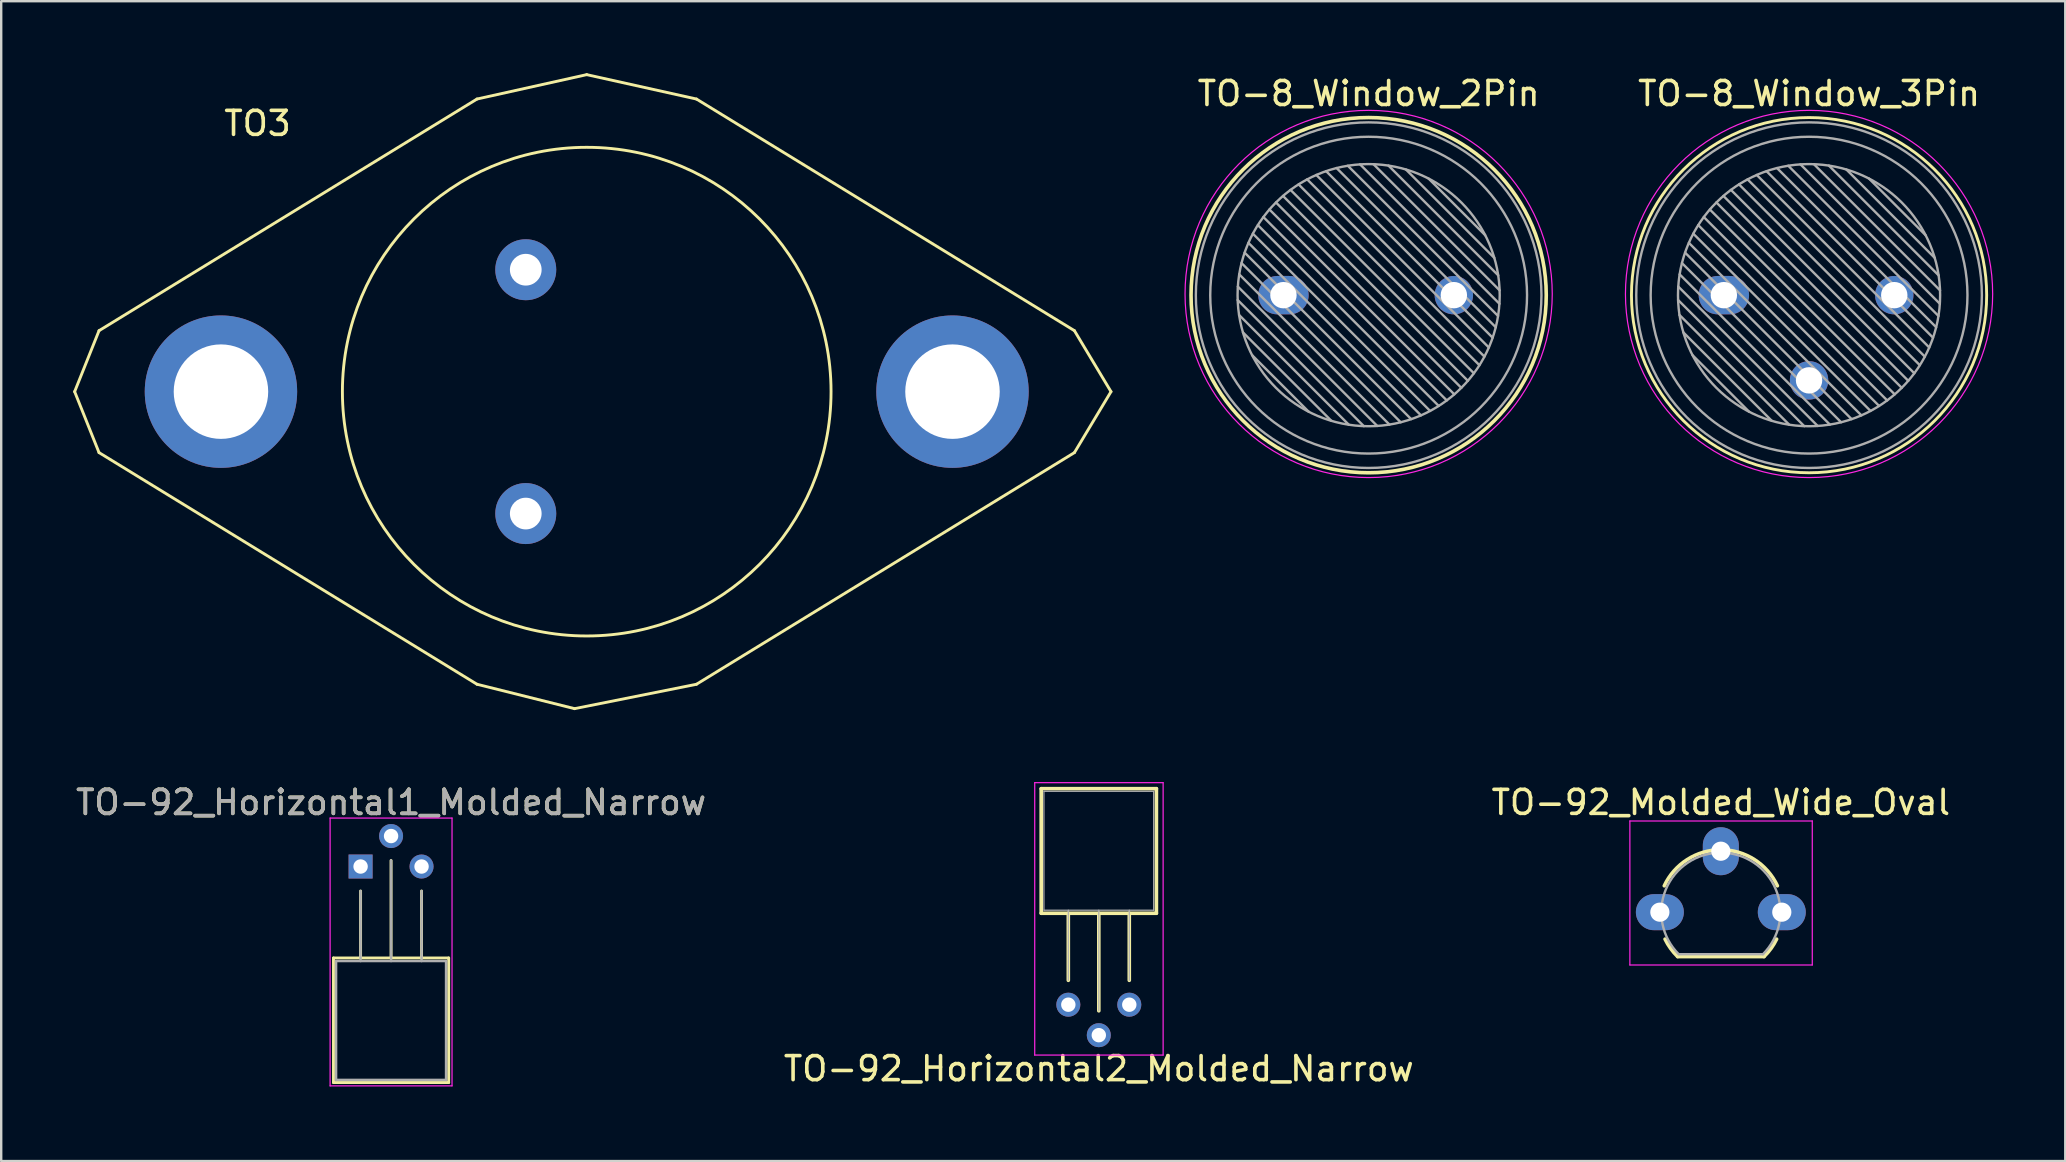
<source format=kicad_pcb>
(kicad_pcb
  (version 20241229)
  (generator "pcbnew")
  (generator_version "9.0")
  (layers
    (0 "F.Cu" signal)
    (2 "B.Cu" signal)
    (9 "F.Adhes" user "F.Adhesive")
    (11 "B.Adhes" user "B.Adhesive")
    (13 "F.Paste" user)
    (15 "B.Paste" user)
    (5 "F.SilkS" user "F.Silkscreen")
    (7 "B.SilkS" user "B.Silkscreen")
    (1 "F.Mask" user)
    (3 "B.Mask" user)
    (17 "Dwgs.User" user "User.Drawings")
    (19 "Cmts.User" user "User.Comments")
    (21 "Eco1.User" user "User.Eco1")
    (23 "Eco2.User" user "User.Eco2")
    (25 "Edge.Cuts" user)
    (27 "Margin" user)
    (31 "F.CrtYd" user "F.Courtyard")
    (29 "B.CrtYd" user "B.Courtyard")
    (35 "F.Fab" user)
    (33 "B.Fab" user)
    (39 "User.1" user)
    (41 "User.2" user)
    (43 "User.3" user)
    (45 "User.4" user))
  (footprint "TO-92_Horizontal1_Molded_Narrow"
    (layer "F.Cu")
    (at 11.974 33.054)
    (property "Reference" "TO-92_Horizontal1_Molded_Narrow" (at 1.27 -2.67 0) (layer "F.SilkS") (effects (font (size 1 1) (thickness 0.15))))
    (attr through_hole)
    (fp_line (start -1.13 3.81) (end 3.67 3.81) (stroke (width 0.12) (type solid)) (layer "F.SilkS"))
    (fp_line (start -1.13 9) (end -1.13 3.81) (stroke (width 0.12) (type solid)) (layer "F.SilkS"))
    (fp_line (start 0 1.02) (end 0 3.81) (stroke (width 0.12) (type solid)) (layer "F.SilkS"))
    (fp_line (start 1.27 -0.25) (end 1.27 3.81) (stroke (width 0.12) (type solid)) (layer "F.SilkS"))
    (fp_line (start 2.54 1.02) (end 2.54 3.81) (stroke (width 0.12) (type solid)) (layer "F.SilkS"))
    (fp_line (start 3.67 3.81) (end 3.67 9) (stroke (width 0.12) (type solid)) (layer "F.SilkS"))
    (fp_line (start 3.67 9) (end -1.13 9) (stroke (width 0.12) (type solid)) (layer "F.SilkS"))
    (fp_line (start -1.27 -2.02) (end -1.27 9.14) (stroke (width 0.05) (type solid)) (layer "F.CrtYd"))
    (fp_line (start -1.27 -2.02) (end 3.81 -2.02) (stroke (width 0.05) (type solid)) (layer "F.CrtYd"))
    (fp_line (start 3.81 9.14) (end -1.27 9.14) (stroke (width 0.05) (type solid)) (layer "F.CrtYd"))
    (fp_line (start 3.81 9.14) (end 3.81 -2.02) (stroke (width 0.05) (type solid)) (layer "F.CrtYd"))
    (fp_line (start -1.02 3.94) (end 3.56 3.94) (stroke (width 0.1) (type solid)) (layer "F.Fab"))
    (fp_line (start -1.02 8.89) (end -1.02 3.94) (stroke (width 0.1) (type solid)) (layer "F.Fab"))
    (fp_line (start 0 3.94) (end 0 1.02) (stroke (width 0.1) (type solid)) (layer "F.Fab"))
    (fp_line (start 1.27 3.94) (end 1.27 -0.25) (stroke (width 0.1) (type solid)) (layer "F.Fab"))
    (fp_line (start 2.54 3.94) (end 2.54 1.02) (stroke (width 0.1) (type solid)) (layer "F.Fab"))
    (fp_line (start 3.56 3.94) (end 3.56 8.89) (stroke (width 0.1) (type solid)) (layer "F.Fab"))
    (fp_line (start 3.56 8.89) (end -1.02 8.89) (stroke (width 0.1) (type solid)) (layer "F.Fab"))
    (fp_text user "${REFERENCE}" (at 1.27 -2.67 0) (layer "F.Fab") (effects (font (size 1 1) (thickness 0.15))))
    (pad "1" thru_hole rect (at 0 0 90) (size 1 1) (drill 0.6) (layers "*.Cu" "*.Mask"))
    (pad "2" thru_hole circle (at 1.27 -1.27 90) (size 1 1) (drill 0.6) (layers "*.Cu" "*.Mask"))
    (pad "3" thru_hole circle (at 2.54 0 90) (size 1 1) (drill 0.6) (layers "*.Cu" "*.Mask")))
  (footprint "TO-92_Molded_Wide_Oval"
    (layer "F.Cu")
    (at 66.109 34.956)
    (property "Reference" "TO-92_Molded_Wide_Oval" (at 2.54 -4.572 0) (layer "F.SilkS") (effects (font (size 1 1) (thickness 0.15))))
    (attr through_hole)
    (fp_line (start 0.74 1.85) (end 4.34 1.85) (stroke (width 0.15) (type solid)) (layer "F.SilkS"))
    (fp_arc (start 0.1836 -1.098807) (mid 1.143021 -2.192817) (end 2.54 -2.6) (stroke (width 0.15) (type solid)) (layer "F.SilkS"))
    (fp_arc (start 0.74 1.85) (mid 0.446097 1.509328) (end 0.215816 1.122795) (stroke (width 0.15) (type solid)) (layer "F.SilkS"))
    (fp_arc (start 2.54 -2.6) (mid 3.936979 -2.192818) (end 4.8964 -1.098807) (stroke (width 0.15) (type solid)) (layer "F.SilkS"))
    (fp_arc (start 4.864184 1.122795) (mid 4.633903 1.509328) (end 4.34 1.85) (stroke (width 0.15) (type solid)) (layer "F.SilkS"))
    (fp_line (start -1.25 -3.8) (end 6.35 -3.8) (stroke (width 0.05) (type solid)) (layer "F.CrtYd"))
    (fp_line (start -1.25 2.2) (end -1.25 -3.8) (stroke (width 0.05) (type solid)) (layer "F.CrtYd"))
    (fp_line (start -1.25 2.2) (end 6.35 2.2) (stroke (width 0.05) (type solid)) (layer "F.CrtYd"))
    (fp_line (start 6.35 2.2) (end 6.35 -3.8) (stroke (width 0.05) (type solid)) (layer "F.CrtYd"))
    (fp_line (start 0.8 1.75) (end 4.3 1.75) (stroke (width 0.1) (type solid)) (layer "F.Fab"))
    (fp_arc (start 0.786375 1.753625) (mid 0.248779 -0.949055) (end 2.54 -2.48) (stroke (width 0.1) (type solid)) (layer "F.Fab"))
    (fp_arc (start 2.54 -2.48) (mid 4.831221 -0.949055) (end 4.293625 1.753625) (stroke (width 0.1) (type solid)) (layer "F.Fab"))
    (pad "1" thru_hole oval (at 0 0 90) (size 1.501 1.999) (drill 0.8) (layers "*.Cu" "*.Mask"))
    (pad "2" thru_hole oval (at 2.54 -2.54 90) (size 1.999 1.501) (drill 0.8) (layers "*.Cu" "*.Mask"))
    (pad "3" thru_hole oval (at 5.08 0 90) (size 1.501 1.999) (drill 0.8) (layers "*.Cu" "*.Mask")))
  (footprint "TO-92_Horizontal2_Molded_Narrow"
    (layer "F.Cu")
    (at 41.462 38.811)
    (property "Reference" "TO-92_Horizontal2_Molded_Narrow" (at 1.27 2.667 180) (layer "F.SilkS") (effects (font (size 1 1) (thickness 0.15))))
    (attr through_hole)
    (fp_line (start -1.13 -9) (end -1.13 -3.81) (stroke (width 0.15) (type solid)) (layer "F.SilkS"))
    (fp_line (start -1.13 -3.81) (end 3.67 -3.81) (stroke (width 0.15) (type solid)) (layer "F.SilkS"))
    (fp_line (start 0 -1.016) (end 0 -3.81) (stroke (width 0.15) (type solid)) (layer "F.SilkS"))
    (fp_line (start 1.27 0.254) (end 1.27 -3.81) (stroke (width 0.15) (type solid)) (layer "F.SilkS"))
    (fp_line (start 2.54 -1.016) (end 2.54 -3.81) (stroke (width 0.15) (type solid)) (layer "F.SilkS"))
    (fp_line (start 3.67 -9) (end -1.13 -9) (stroke (width 0.15) (type solid)) (layer "F.SilkS"))
    (fp_line (start 3.67 -3.81) (end 3.67 -9) (stroke (width 0.15) (type solid)) (layer "F.SilkS"))
    (fp_line (start -1.4 -9.25) (end -1.4 2.1) (stroke (width 0.05) (type solid)) (layer "F.CrtYd"))
    (fp_line (start -1.4 -9.25) (end 3.95 -9.25) (stroke (width 0.05) (type solid)) (layer "F.CrtYd"))
    (fp_line (start -1.4 2.1) (end 3.95 2.1) (stroke (width 0.05) (type solid)) (layer "F.CrtYd"))
    (fp_line (start 3.95 -9.25) (end 3.95 2.1) (stroke (width 0.05) (type solid)) (layer "F.CrtYd"))
    (fp_line (start -1.016 -8.89) (end -1.016 -3.937) (stroke (width 0.05) (type solid)) (layer "F.Fab"))
    (fp_line (start -1.016 -3.937) (end 3.556 -3.937) (stroke (width 0.05) (type solid)) (layer "F.Fab"))
    (fp_line (start 0 -3.937) (end 0 -1.016) (stroke (width 0.05) (type solid)) (layer "F.Fab"))
    (fp_line (start 1.27 -3.937) (end 1.27 0.254) (stroke (width 0.05) (type solid)) (layer "F.Fab"))
    (fp_line (start 2.54 -3.937) (end 2.54 -1.016) (stroke (width 0.05) (type solid)) (layer "F.Fab"))
    (fp_line (start 3.556 -8.89) (end -1.016 -8.89) (stroke (width 0.05) (type solid)) (layer "F.Fab"))
    (fp_line (start 3.556 -3.937) (end 3.556 -8.89) (stroke (width 0.05) (type solid)) (layer "F.Fab"))
    (pad "1" thru_hole circle (at 0 0 270) (size 1.001 1.001) (drill 0.6) (layers "*.Cu" "*.Mask"))
    (pad "2" thru_hole circle (at 1.27 1.27 270) (size 1.001 1.001) (drill 0.6) (layers "*.Cu" "*.Mask"))
    (pad "3" thru_hole circle (at 2.54 0 270) (size 1.001 1.001) (drill 0.6) (layers "*.Cu" "*.Mask")))
  (footprint "TO-8_Window_3Pin"
    (layer "F.Cu")
    (at 68.775 9.248)
    (property "Reference" "TO-8_Window_3Pin" (at 3.55 -8.4 0) (layer "F.SilkS") (effects (font (size 1 1) (thickness 0.15))))
    (attr through_hole)
    (fp_circle (center 3.55 0) (end 10.95 0) (stroke (width 0.12) (type solid)) (fill no) (layer "F.SilkS"))
    (fp_circle (center 3.55 -0.05) (end 11.2 -0.05) (stroke (width 0.05) (type solid)) (fill no) (layer "F.CrtYd"))
    (fp_line (start -1.908 0.2) (end 3.35 5.458) (stroke (width 0.1) (type solid)) (layer "F.Fab"))
    (fp_line (start -1.9 -0.359) (end 3.909 5.45) (stroke (width 0.1) (type solid)) (layer "F.Fab"))
    (fp_line (start -1.849 0.825) (end 2.725 5.399) (stroke (width 0.1) (type solid)) (layer "F.Fab"))
    (fp_line (start -1.842 -0.867) (end 4.417 5.392) (stroke (width 0.1) (type solid)) (layer "F.Fab"))
    (fp_line (start -1.746 -1.336) (end 4.886 5.296) (stroke (width 0.1) (type solid)) (layer "F.Fab"))
    (fp_line (start -1.686 1.553) (end 1.997 5.236) (stroke (width 0.1) (type solid)) (layer "F.Fab"))
    (fp_line (start -1.616 -1.772) (end 5.322 5.166) (stroke (width 0.1) (type solid)) (layer "F.Fab"))
    (fp_line (start -1.458 -2.18) (end 5.73 5.008) (stroke (width 0.1) (type solid)) (layer "F.Fab"))
    (fp_line (start -1.307 2.498) (end 1.052 4.857) (stroke (width 0.1) (type solid)) (layer "F.Fab"))
    (fp_line (start -1.274 -2.561) (end 6.111 4.824) (stroke (width 0.1) (type solid)) (layer "F.Fab"))
    (fp_line (start -1.066 -2.919) (end 6.469 4.616) (stroke (width 0.1) (type solid)) (layer "F.Fab"))
    (fp_line (start -0.836 -3.255) (end 6.805 4.386) (stroke (width 0.1) (type solid)) (layer "F.Fab"))
    (fp_line (start -0.584 -3.569) (end 7.119 4.134) (stroke (width 0.1) (type solid)) (layer "F.Fab"))
    (fp_line (start -0.312 -3.862) (end 7.412 3.862) (stroke (width 0.1) (type solid)) (layer "F.Fab"))
    (fp_line (start -0.019 -4.134) (end 7.684 3.569) (stroke (width 0.1) (type solid)) (layer "F.Fab"))
    (fp_line (start 0.295 -4.386) (end 7.936 3.255) (stroke (width 0.1) (type solid)) (layer "F.Fab"))
    (fp_line (start 0.631 -4.616) (end 8.166 2.919) (stroke (width 0.1) (type solid)) (layer "F.Fab"))
    (fp_line (start 0.989 -4.824) (end 8.374 2.561) (stroke (width 0.1) (type solid)) (layer "F.Fab"))
    (fp_line (start 1.37 -5.008) (end 8.558 2.18) (stroke (width 0.1) (type solid)) (layer "F.Fab"))
    (fp_line (start 1.778 -5.166) (end 8.716 1.772) (stroke (width 0.1) (type solid)) (layer "F.Fab"))
    (fp_line (start 2.214 -5.296) (end 8.846 1.336) (stroke (width 0.1) (type solid)) (layer "F.Fab"))
    (fp_line (start 2.683 -5.392) (end 8.942 0.867) (stroke (width 0.1) (type solid)) (layer "F.Fab"))
    (fp_line (start 3.191 -5.45) (end 9 0.359) (stroke (width 0.1) (type solid)) (layer "F.Fab"))
    (fp_line (start 3.75 -5.458) (end 9.008 -0.2) (stroke (width 0.1) (type solid)) (layer "F.Fab"))
    (fp_line (start 4.375 -5.399) (end 8.949 -0.825) (stroke (width 0.1) (type solid)) (layer "F.Fab"))
    (fp_line (start 5.103 -5.236) (end 8.786 -1.553) (stroke (width 0.1) (type solid)) (layer "F.Fab"))
    (fp_line (start 6.048 -4.857) (end 8.407 -2.498) (stroke (width 0.1) (type solid)) (layer "F.Fab"))
    (fp_circle (center 3.55 0) (end 9.011 0) (stroke (width 0.1) (type solid)) (fill no) (layer "F.Fab"))
    (fp_circle (center 3.55 0) (end 10.15 0) (stroke (width 0.1) (type solid)) (fill no) (layer "F.Fab"))
    (fp_circle (center 3.55 0) (end 10.75 0) (stroke (width 0.1) (type solid)) (fill no) (layer "F.Fab"))
    (pad "1" thru_hole oval (at 0 0) (size 2.1 1.6) (drill 1.1) (layers "*.Cu" "*.Mask"))
    (pad "2" thru_hole oval (at 3.55 3.55) (size 1.6 1.6) (drill 1.1) (layers "*.Cu" "*.Mask"))
    (pad "3" thru_hole oval (at 7.1 0) (size 1.6 1.6) (drill 1.1) (layers "*.Cu" "*.Mask")))
  (footprint "TO3"
    (layer "F.Cu")
    (at 18.856 8.188)
    (property "Reference" "TO3" (at -11.176 -6.096 0) (layer "F.SilkS") (effects (font (size 1 1) (thickness 0.15))))
    (attr through_hole)
    (fp_line (start -18.796 5.08) (end -17.78 7.62) (stroke (width 0.12) (type solid)) (layer "F.SilkS"))
    (fp_line (start -17.78 2.54) (end -18.796 5.08) (stroke (width 0.12) (type solid)) (layer "F.SilkS"))
    (fp_line (start -2.032 -7.112) (end -17.78 2.54) (stroke (width 0.12) (type solid)) (layer "F.SilkS"))
    (fp_line (start -2.032 -7.112) (end 2.54 -8.128) (stroke (width 0.12) (type solid)) (layer "F.SilkS"))
    (fp_line (start -2.032 17.272) (end -17.78 7.62) (stroke (width 0.12) (type solid)) (layer "F.SilkS"))
    (fp_line (start 2.032 18.288) (end -2.032 17.272) (stroke (width 0.12) (type solid)) (layer "F.SilkS"))
    (fp_line (start 2.54 -8.128) (end 7.112 -7.112) (stroke (width 0.12) (type solid)) (layer "F.SilkS"))
    (fp_line (start 7.112 -7.112) (end 22.86 2.54) (stroke (width 0.12) (type solid)) (layer "F.SilkS"))
    (fp_line (start 7.112 17.272) (end 2.032 18.288) (stroke (width 0.12) (type solid)) (layer "F.SilkS"))
    (fp_line (start 7.112 17.272) (end 22.86 7.62) (stroke (width 0.12) (type solid)) (layer "F.SilkS"))
    (fp_line (start 22.86 2.54) (end 24.384 5.08) (stroke (width 0.12) (type solid)) (layer "F.SilkS"))
    (fp_line (start 24.384 5.08) (end 22.86 7.62) (stroke (width 0.12) (type solid)) (layer "F.SilkS"))
    (fp_circle (center 2.54 5.08) (end 12.7 5.715) (stroke (width 0.12) (type solid)) (fill no) (layer "F.SilkS"))
    (pad "1" thru_hole circle (at 0 0) (size 2.54 2.54) (drill 1.321) (layers "*.Cu" "*.Mask"))
    (pad "2" thru_hole circle (at 0 10.16) (size 2.54 2.54) (drill 1.321) (layers "*.Cu" "*.Mask"))
    (pad "3" thru_hole circle (at -12.7 5.08) (size 6.35 6.35) (drill 3.937) (layers "*.Cu" "*.Mask"))
    (pad "3" thru_hole circle (at 17.78 5.08) (size 6.35 6.35) (drill 3.937) (layers "*.Cu" "*.Mask")))
  (footprint "TO-8_Window_2Pin"
    (layer "F.Cu")
    (at 50.425 9.248)
    (property "Reference" "TO-8_Window_2Pin" (at 3.55 -8.4 0) (layer "F.SilkS") (effects (font (size 1 1) (thickness 0.15))))
    (attr through_hole)
    (fp_circle (center 3.55 0) (end 10.95 0) (stroke (width 0.15) (type solid)) (fill no) (layer "F.SilkS"))
    (fp_circle (center 3.55 -0.05) (end 11.2 -0.05) (stroke (width 0.05) (type solid)) (fill no) (layer "F.CrtYd"))
    (fp_line (start -1.908 0.2) (end 3.35 5.458) (stroke (width 0.1) (type solid)) (layer "F.Fab"))
    (fp_line (start -1.9 -0.359) (end 3.909 5.45) (stroke (width 0.1) (type solid)) (layer "F.Fab"))
    (fp_line (start -1.849 0.825) (end 2.725 5.399) (stroke (width 0.1) (type solid)) (layer "F.Fab"))
    (fp_line (start -1.842 -0.867) (end 4.417 5.392) (stroke (width 0.1) (type solid)) (layer "F.Fab"))
    (fp_line (start -1.746 -1.336) (end 4.886 5.296) (stroke (width 0.1) (type solid)) (layer "F.Fab"))
    (fp_line (start -1.686 1.553) (end 1.997 5.236) (stroke (width 0.1) (type solid)) (layer "F.Fab"))
    (fp_line (start -1.616 -1.772) (end 5.322 5.166) (stroke (width 0.1) (type solid)) (layer "F.Fab"))
    (fp_line (start -1.458 -2.18) (end 5.73 5.008) (stroke (width 0.1) (type solid)) (layer "F.Fab"))
    (fp_line (start -1.307 2.498) (end 1.052 4.857) (stroke (width 0.1) (type solid)) (layer "F.Fab"))
    (fp_line (start -1.274 -2.561) (end 6.111 4.824) (stroke (width 0.1) (type solid)) (layer "F.Fab"))
    (fp_line (start -1.066 -2.919) (end 6.469 4.616) (stroke (width 0.1) (type solid)) (layer "F.Fab"))
    (fp_line (start -0.836 -3.255) (end 6.805 4.386) (stroke (width 0.1) (type solid)) (layer "F.Fab"))
    (fp_line (start -0.584 -3.569) (end 7.119 4.134) (stroke (width 0.1) (type solid)) (layer "F.Fab"))
    (fp_line (start -0.312 -3.862) (end 7.412 3.862) (stroke (width 0.1) (type solid)) (layer "F.Fab"))
    (fp_line (start -0.019 -4.134) (end 7.684 3.569) (stroke (width 0.1) (type solid)) (layer "F.Fab"))
    (fp_line (start 0.295 -4.386) (end 7.936 3.255) (stroke (width 0.1) (type solid)) (layer "F.Fab"))
    (fp_line (start 0.631 -4.616) (end 8.166 2.919) (stroke (width 0.1) (type solid)) (layer "F.Fab"))
    (fp_line (start 0.989 -4.824) (end 8.374 2.561) (stroke (width 0.1) (type solid)) (layer "F.Fab"))
    (fp_line (start 1.37 -5.008) (end 8.558 2.18) (stroke (width 0.1) (type solid)) (layer "F.Fab"))
    (fp_line (start 1.778 -5.166) (end 8.716 1.772) (stroke (width 0.1) (type solid)) (layer "F.Fab"))
    (fp_line (start 2.214 -5.296) (end 8.846 1.336) (stroke (width 0.1) (type solid)) (layer "F.Fab"))
    (fp_line (start 2.683 -5.392) (end 8.942 0.867) (stroke (width 0.1) (type solid)) (layer "F.Fab"))
    (fp_line (start 3.191 -5.45) (end 9 0.359) (stroke (width 0.1) (type solid)) (layer "F.Fab"))
    (fp_line (start 3.75 -5.458) (end 9.008 -0.2) (stroke (width 0.1) (type solid)) (layer "F.Fab"))
    (fp_line (start 4.375 -5.399) (end 8.949 -0.825) (stroke (width 0.1) (type solid)) (layer "F.Fab"))
    (fp_line (start 5.103 -5.236) (end 8.786 -1.553) (stroke (width 0.1) (type solid)) (layer "F.Fab"))
    (fp_line (start 6.048 -4.857) (end 8.407 -2.498) (stroke (width 0.1) (type solid)) (layer "F.Fab"))
    (fp_circle (center 3.55 0) (end 9.011 0) (stroke (width 0.1) (type solid)) (fill no) (layer "F.Fab"))
    (fp_circle (center 3.55 0) (end 10.15 0) (stroke (width 0.1) (type solid)) (fill no) (layer "F.Fab"))
    (fp_circle (center 3.55 0) (end 10.75 0) (stroke (width 0.1) (type solid)) (fill no) (layer "F.Fab"))
    (pad "1" thru_hole oval (at 0 0) (size 2.1 1.6) (drill 1.1) (layers "*.Cu" "*.Mask"))
    (pad "2" thru_hole oval (at 7.1 0) (size 1.6 1.6) (drill 1.1) (layers "*.Cu" "*.Mask")))
  (gr_rect
    (start -3 -3)
    (end 83 45.326)
    (stroke (width 0.1) (type default))
    (fill no)
    (layer "Edge.Cuts")))
</source>
